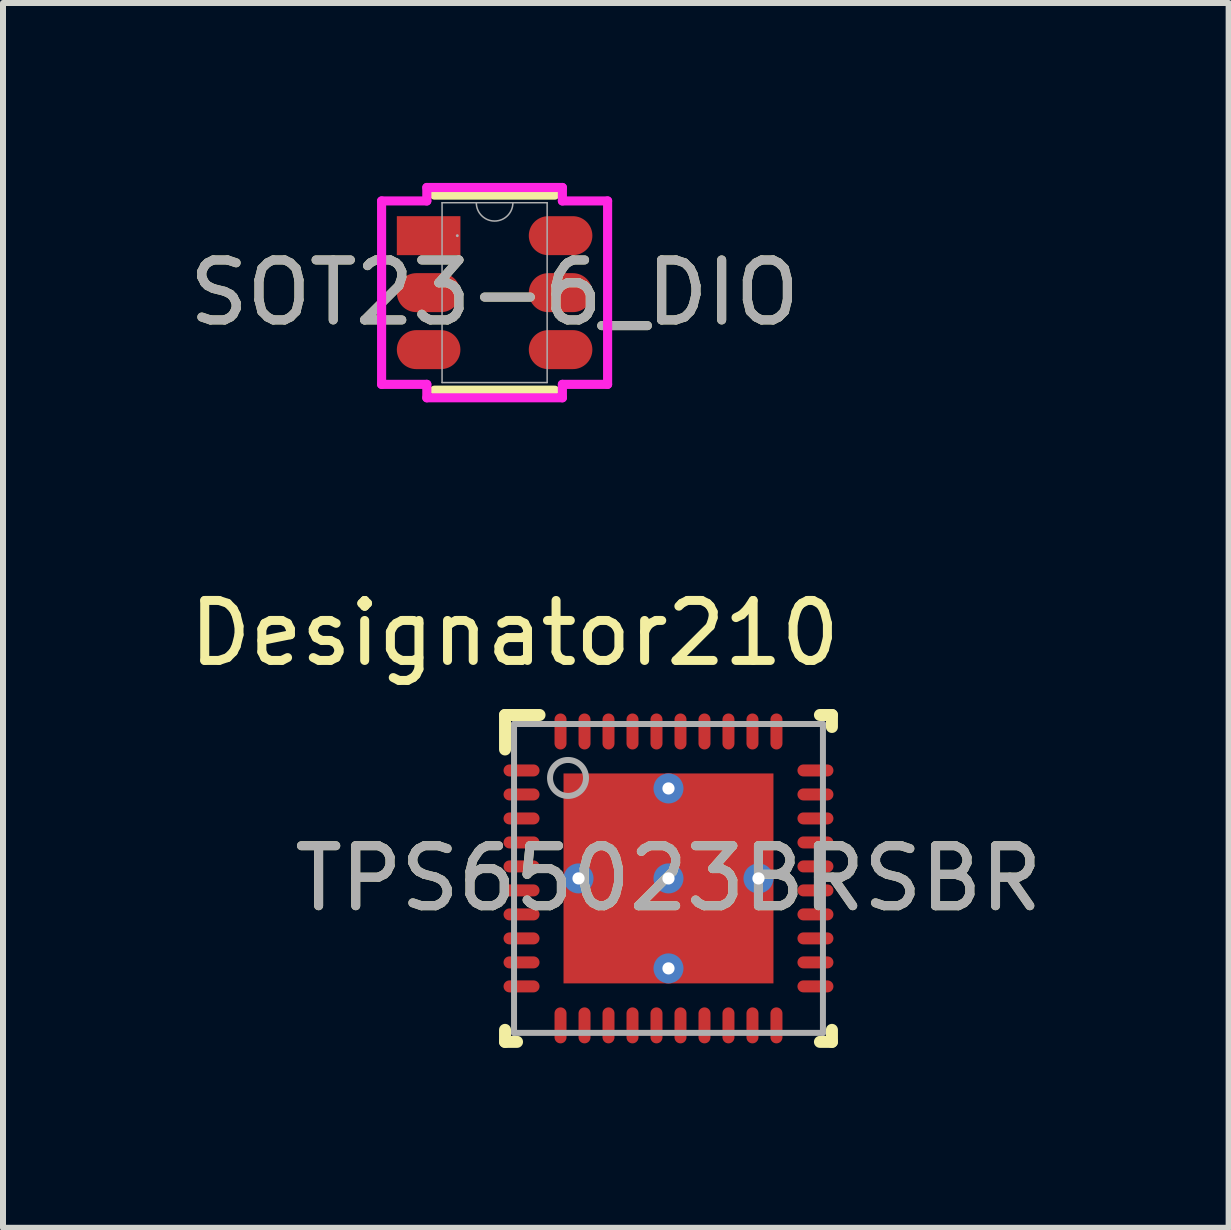
<source format=kicad_pcb>
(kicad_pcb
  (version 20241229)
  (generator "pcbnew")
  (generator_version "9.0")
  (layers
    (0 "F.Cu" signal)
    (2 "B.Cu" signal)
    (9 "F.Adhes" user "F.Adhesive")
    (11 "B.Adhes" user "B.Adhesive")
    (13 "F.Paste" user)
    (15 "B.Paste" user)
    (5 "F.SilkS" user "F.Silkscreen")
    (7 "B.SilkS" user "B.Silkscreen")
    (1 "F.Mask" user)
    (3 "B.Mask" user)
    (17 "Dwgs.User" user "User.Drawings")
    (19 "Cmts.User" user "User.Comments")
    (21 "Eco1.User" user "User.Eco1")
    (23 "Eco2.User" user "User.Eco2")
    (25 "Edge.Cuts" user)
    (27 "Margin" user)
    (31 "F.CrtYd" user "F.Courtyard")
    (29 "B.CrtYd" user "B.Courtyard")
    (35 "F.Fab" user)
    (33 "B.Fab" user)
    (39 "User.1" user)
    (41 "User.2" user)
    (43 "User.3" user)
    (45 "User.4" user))
  (footprint "SOT23-6_DIO"
    (layer "F.Cu")
    (at 5.196 1.829)
    (property "Reference" "SOT23-6_DIO" (at 0 0 0) (unlocked yes) (layer "F.SilkS") (effects (font (size 1 1) (thickness 0.15))))
    (attr smd)
    (fp_line (start -1.003 1.626) (end 1.003 1.626) (stroke (width 0.152) (type solid)) (layer "F.SilkS"))
    (fp_line (start 1.003 -1.626) (end -1.003 -1.626) (stroke (width 0.152) (type solid)) (layer "F.SilkS"))
    (fp_line (start -1.884 -1.529) (end -1.13 -1.529) (stroke (width 0.152) (type solid)) (layer "F.CrtYd"))
    (fp_line (start -1.884 1.529) (end -1.884 -1.529) (stroke (width 0.152) (type solid)) (layer "F.CrtYd"))
    (fp_line (start -1.884 1.529) (end -1.13 1.529) (stroke (width 0.152) (type solid)) (layer "F.CrtYd"))
    (fp_line (start -1.13 -1.753) (end 1.13 -1.753) (stroke (width 0.152) (type solid)) (layer "F.CrtYd"))
    (fp_line (start -1.13 -1.529) (end -1.13 -1.753) (stroke (width 0.152) (type solid)) (layer "F.CrtYd"))
    (fp_line (start -1.13 1.753) (end -1.13 1.529) (stroke (width 0.152) (type solid)) (layer "F.CrtYd"))
    (fp_line (start 1.13 -1.753) (end 1.13 -1.529) (stroke (width 0.152) (type solid)) (layer "F.CrtYd"))
    (fp_line (start 1.13 1.529) (end 1.13 1.753) (stroke (width 0.152) (type solid)) (layer "F.CrtYd"))
    (fp_line (start 1.13 1.753) (end -1.13 1.753) (stroke (width 0.152) (type solid)) (layer "F.CrtYd"))
    (fp_line (start 1.884 -1.529) (end 1.13 -1.529) (stroke (width 0.152) (type solid)) (layer "F.CrtYd"))
    (fp_line (start 1.884 -1.529) (end 1.884 1.529) (stroke (width 0.152) (type solid)) (layer "F.CrtYd"))
    (fp_line (start 1.884 1.529) (end 1.13 1.529) (stroke (width 0.152) (type solid)) (layer "F.CrtYd"))
    (fp_line (start -0.876 -1.499) (end -0.876 1.499) (stroke (width 0.025) (type solid)) (layer "F.Fab"))
    (fp_line (start -0.876 1.499) (end 0.876 1.499) (stroke (width 0.025) (type solid)) (layer "F.Fab"))
    (fp_line (start 0.876 -1.499) (end -0.876 -1.499) (stroke (width 0.025) (type solid)) (layer "F.Fab"))
    (fp_line (start 0.876 1.499) (end 0.876 -1.499) (stroke (width 0.025) (type solid)) (layer "F.Fab"))
    (fp_arc (start 0.3048 -1.4986) (mid 0 -1.1938) (end -0.3048 -1.4986) (stroke (width 0.0254) (type solid)) (layer "F.Fab"))
    (fp_circle (center -0.622 -0.95) (end -0.622 -0.95) (stroke (width 0.025) (type solid)) (fill no) (layer "F.Fab"))
    (fp_text user "${REFERENCE}" (at 0 0 0) (unlocked yes) (layer "F.Fab") (effects (font (size 1 1) (thickness 0.15))))
    (pad "1" smd rect (at -1.1 -0.95) (size 1.06 0.65) (layers "F.Cu" "F.Mask" "F.Paste"))
    (pad "2" smd oval (at -1.1 0) (size 1.06 0.65) (layers "F.Cu" "F.Mask" "F.Paste"))
    (pad "3" smd oval (at -1.1 0.95) (size 1.06 0.65) (layers "F.Cu" "F.Mask" "F.Paste"))
    (pad "4" smd oval (at 1.1 0.95) (size 1.06 0.65) (layers "F.Cu" "F.Mask" "F.Paste"))
    (pad "5" smd oval (at 1.1 0) (size 1.06 0.65) (layers "F.Cu" "F.Mask" "F.Paste"))
    (pad "6" smd oval (at 1.1 -0.95) (size 1.06 0.65) (layers "F.Cu" "F.Mask" "F.Paste")))
  (footprint "TPS65023BRSBR"
    (layer "F.Cu")
    (at 8.095 11.595)
    (property "Reference" "TPS65023BRSBR" (at 0 0 0) (unlocked yes) (layer "F.SilkS") (effects (font (size 1 1) (thickness 0.15))))
    (attr smd)
    (fp_line (start -2.725 -2.725) (end -2.15 -2.725) (stroke (width 0.2) (type solid)) (layer "F.SilkS"))
    (fp_line (start -2.725 -2.15) (end -2.725 -2.725) (stroke (width 0.2) (type solid)) (layer "F.SilkS"))
    (fp_line (start -2.725 2.725) (end -2.725 2.525) (stroke (width 0.2) (type solid)) (layer "F.SilkS"))
    (fp_line (start -2.725 2.725) (end -2.525 2.725) (stroke (width 0.2) (type solid)) (layer "F.SilkS"))
    (fp_line (start 2.525 -2.725) (end 2.725 -2.725) (stroke (width 0.2) (type solid)) (layer "F.SilkS"))
    (fp_line (start 2.525 2.725) (end 2.725 2.725) (stroke (width 0.2) (type solid)) (layer "F.SilkS"))
    (fp_line (start 2.725 -2.525) (end 2.725 -2.725) (stroke (width 0.2) (type solid)) (layer "F.SilkS"))
    (fp_line (start 2.725 2.725) (end 2.725 2.525) (stroke (width 0.2) (type solid)) (layer "F.SilkS"))
    (fp_poly (pts (xy -0.1 -1.607) (xy -1.607 -1.607) (xy -1.607 -0.1) (xy -0.1 -0.1)) (stroke (width 0) (type solid)) (fill yes) (layer "F.Paste"))
    (fp_poly (pts (xy -0.1 0.1) (xy -1.607 0.1) (xy -1.607 1.607) (xy -0.1 1.607)) (stroke (width 0) (type solid)) (fill yes) (layer "F.Paste"))
    (fp_poly (pts (xy 0.1 -0.1) (xy 1.607 -0.1) (xy 1.607 -1.607) (xy 0.1 -1.607)) (stroke (width 0) (type solid)) (fill yes) (layer "F.Paste"))
    (fp_poly (pts (xy 0.1 1.607) (xy 1.607 1.607) (xy 1.607 0.1) (xy 0.1 0.1)) (stroke (width 0) (type solid)) (fill yes) (layer "F.Paste"))
    (fp_line (start -2.575 -2.575) (end 2.575 -2.575) (stroke (width 0.1) (type solid)) (layer "F.Fab"))
    (fp_line (start -2.575 2.575) (end -2.575 -2.575) (stroke (width 0.1) (type solid)) (layer "F.Fab"))
    (fp_line (start -2.575 2.575) (end 2.575 2.575) (stroke (width 0.1) (type solid)) (layer "F.Fab"))
    (fp_line (start 2.575 2.575) (end 2.575 -2.575) (stroke (width 0.1) (type solid)) (layer "F.Fab"))
    (fp_circle (center -1.675 -1.675) (end -1.375 -1.675) (stroke (width 0.1) (type solid)) (fill no) (layer "F.Fab"))
    (fp_text user "Designator210" (at -2.565 -4.089 0) (unlocked yes) (layer "F.SilkS") (effects (font (size 1 1) (thickness 0.15))))
    (fp_text user "${REFERENCE}" (at 0 0 0) (unlocked yes) (layer "F.Fab") (effects (font (size 1 1) (thickness 0.15))))
    (pad "1" smd oval (at -2.45 -1.8 90) (size 0.2 0.6) (layers "F.Cu" "F.Mask" "F.Paste"))
    (pad "2" smd oval (at -2.45 -1.4 90) (size 0.2 0.6) (layers "F.Cu" "F.Mask" "F.Paste"))
    (pad "3" smd oval (at -2.45 -1 90) (size 0.2 0.6) (layers "F.Cu" "F.Mask" "F.Paste"))
    (pad "4" smd oval (at -2.45 -0.6 90) (size 0.2 0.6) (layers "F.Cu" "F.Mask" "F.Paste"))
    (pad "5" smd oval (at -2.45 -0.2 90) (size 0.2 0.6) (layers "F.Cu" "F.Mask" "F.Paste"))
    (pad "6" smd oval (at -2.45 0.2 90) (size 0.2 0.6) (layers "F.Cu" "F.Mask" "F.Paste"))
    (pad "7" smd oval (at -2.45 0.6 90) (size 0.2 0.6) (layers "F.Cu" "F.Mask" "F.Paste"))
    (pad "8" smd oval (at -2.45 1 90) (size 0.2 0.6) (layers "F.Cu" "F.Mask" "F.Paste"))
    (pad "9" smd oval (at -2.45 1.4 90) (size 0.2 0.6) (layers "F.Cu" "F.Mask" "F.Paste"))
    (pad "10" smd oval (at -2.45 1.8 90) (size 0.2 0.6) (layers "F.Cu" "F.Mask" "F.Paste"))
    (pad "11" smd oval (at -1.8 2.45) (size 0.2 0.6) (layers "F.Cu" "F.Mask" "F.Paste"))
    (pad "12" smd oval (at -1.4 2.45) (size 0.2 0.6) (layers "F.Cu" "F.Mask" "F.Paste"))
    (pad "13" smd oval (at -1 2.45) (size 0.2 0.6) (layers "F.Cu" "F.Mask" "F.Paste"))
    (pad "14" smd oval (at -0.6 2.45) (size 0.2 0.6) (layers "F.Cu" "F.Mask" "F.Paste"))
    (pad "15" smd oval (at -0.2 2.45) (size 0.2 0.6) (layers "F.Cu" "F.Mask" "F.Paste"))
    (pad "16" smd oval (at 0.2 2.45) (size 0.2 0.6) (layers "F.Cu" "F.Mask" "F.Paste"))
    (pad "17" smd oval (at 0.6 2.45) (size 0.2 0.6) (layers "F.Cu" "F.Mask" "F.Paste"))
    (pad "18" smd oval (at 1 2.45) (size 0.2 0.6) (layers "F.Cu" "F.Mask" "F.Paste"))
    (pad "19" smd oval (at 1.4 2.45) (size 0.2 0.6) (layers "F.Cu" "F.Mask" "F.Paste"))
    (pad "20" smd oval (at 1.8 2.45) (size 0.2 0.6) (layers "F.Cu" "F.Mask" "F.Paste"))
    (pad "21" smd oval (at 2.45 1.8 90) (size 0.2 0.6) (layers "F.Cu" "F.Mask" "F.Paste"))
    (pad "22" smd oval (at 2.45 1.4 90) (size 0.2 0.6) (layers "F.Cu" "F.Mask" "F.Paste"))
    (pad "23" smd oval (at 2.45 1 90) (size 0.2 0.6) (layers "F.Cu" "F.Mask" "F.Paste"))
    (pad "24" smd oval (at 2.45 0.6 90) (size 0.2 0.6) (layers "F.Cu" "F.Mask" "F.Paste"))
    (pad "25" smd oval (at 2.45 0.2 90) (size 0.2 0.6) (layers "F.Cu" "F.Mask" "F.Paste"))
    (pad "26" smd oval (at 2.45 -0.2 90) (size 0.2 0.6) (layers "F.Cu" "F.Mask" "F.Paste"))
    (pad "27" smd oval (at 2.45 -0.6 90) (size 0.2 0.6) (layers "F.Cu" "F.Mask" "F.Paste"))
    (pad "28" smd oval (at 2.45 -1 90) (size 0.2 0.6) (layers "F.Cu" "F.Mask" "F.Paste"))
    (pad "29" smd oval (at 2.45 -1.4 90) (size 0.2 0.6) (layers "F.Cu" "F.Mask" "F.Paste"))
    (pad "30" smd oval (at 2.45 -1.8 90) (size 0.2 0.6) (layers "F.Cu" "F.Mask" "F.Paste"))
    (pad "31" smd oval (at 1.8 -2.45) (size 0.2 0.6) (layers "F.Cu" "F.Mask" "F.Paste"))
    (pad "32" smd oval (at 1.4 -2.45) (size 0.2 0.6) (layers "F.Cu" "F.Mask" "F.Paste"))
    (pad "33" smd oval (at 1 -2.45) (size 0.2 0.6) (layers "F.Cu" "F.Mask" "F.Paste"))
    (pad "34" smd oval (at 0.6 -2.45) (size 0.2 0.6) (layers "F.Cu" "F.Mask" "F.Paste"))
    (pad "35" smd oval (at 0.2 -2.45) (size 0.2 0.6) (layers "F.Cu" "F.Mask" "F.Paste"))
    (pad "36" smd oval (at -0.2 -2.45) (size 0.2 0.6) (layers "F.Cu" "F.Mask" "F.Paste"))
    (pad "37" smd oval (at -0.6 -2.45) (size 0.2 0.6) (layers "F.Cu" "F.Mask" "F.Paste"))
    (pad "38" smd oval (at -1 -2.45) (size 0.2 0.6) (layers "F.Cu" "F.Mask" "F.Paste"))
    (pad "39" smd oval (at -1.4 -2.45) (size 0.2 0.6) (layers "F.Cu" "F.Mask" "F.Paste"))
    (pad "40" smd oval (at -1.8 -2.45) (size 0.2 0.6) (layers "F.Cu" "F.Mask" "F.Paste"))
    (pad "41" smd rect (at 0 -0.000003) (size 3.5 3.5) (layers "F.Cu" "F.Mask"))
    (pad "V" thru_hole circle (at -1.5 -0.000003) (size 0.5 0.5) (drill 0.203) (layers "*.Cu" "*.Mask"))
    (pad "V" thru_hole circle (at 0 -1.5) (size 0.5 0.5) (drill 0.203) (layers "*.Cu" "*.Mask"))
    (pad "V" thru_hole circle (at 0 -0.000003) (size 0.5 0.5) (drill 0.203) (layers "*.Cu" "*.Mask"))
    (pad "V" thru_hole circle (at 0 1.5) (size 0.5 0.5) (drill 0.203) (layers "*.Cu" "*.Mask"))
    (pad "V" thru_hole circle (at 1.5 -0.000003) (size 0.5 0.5) (drill 0.203) (layers "*.Cu" "*.Mask")))
  (gr_rect
    (start -3 -3)
    (end 17.434 17.42)
    (stroke (width 0.1) (type default))
    (fill no)
    (layer "Edge.Cuts")))
</source>
